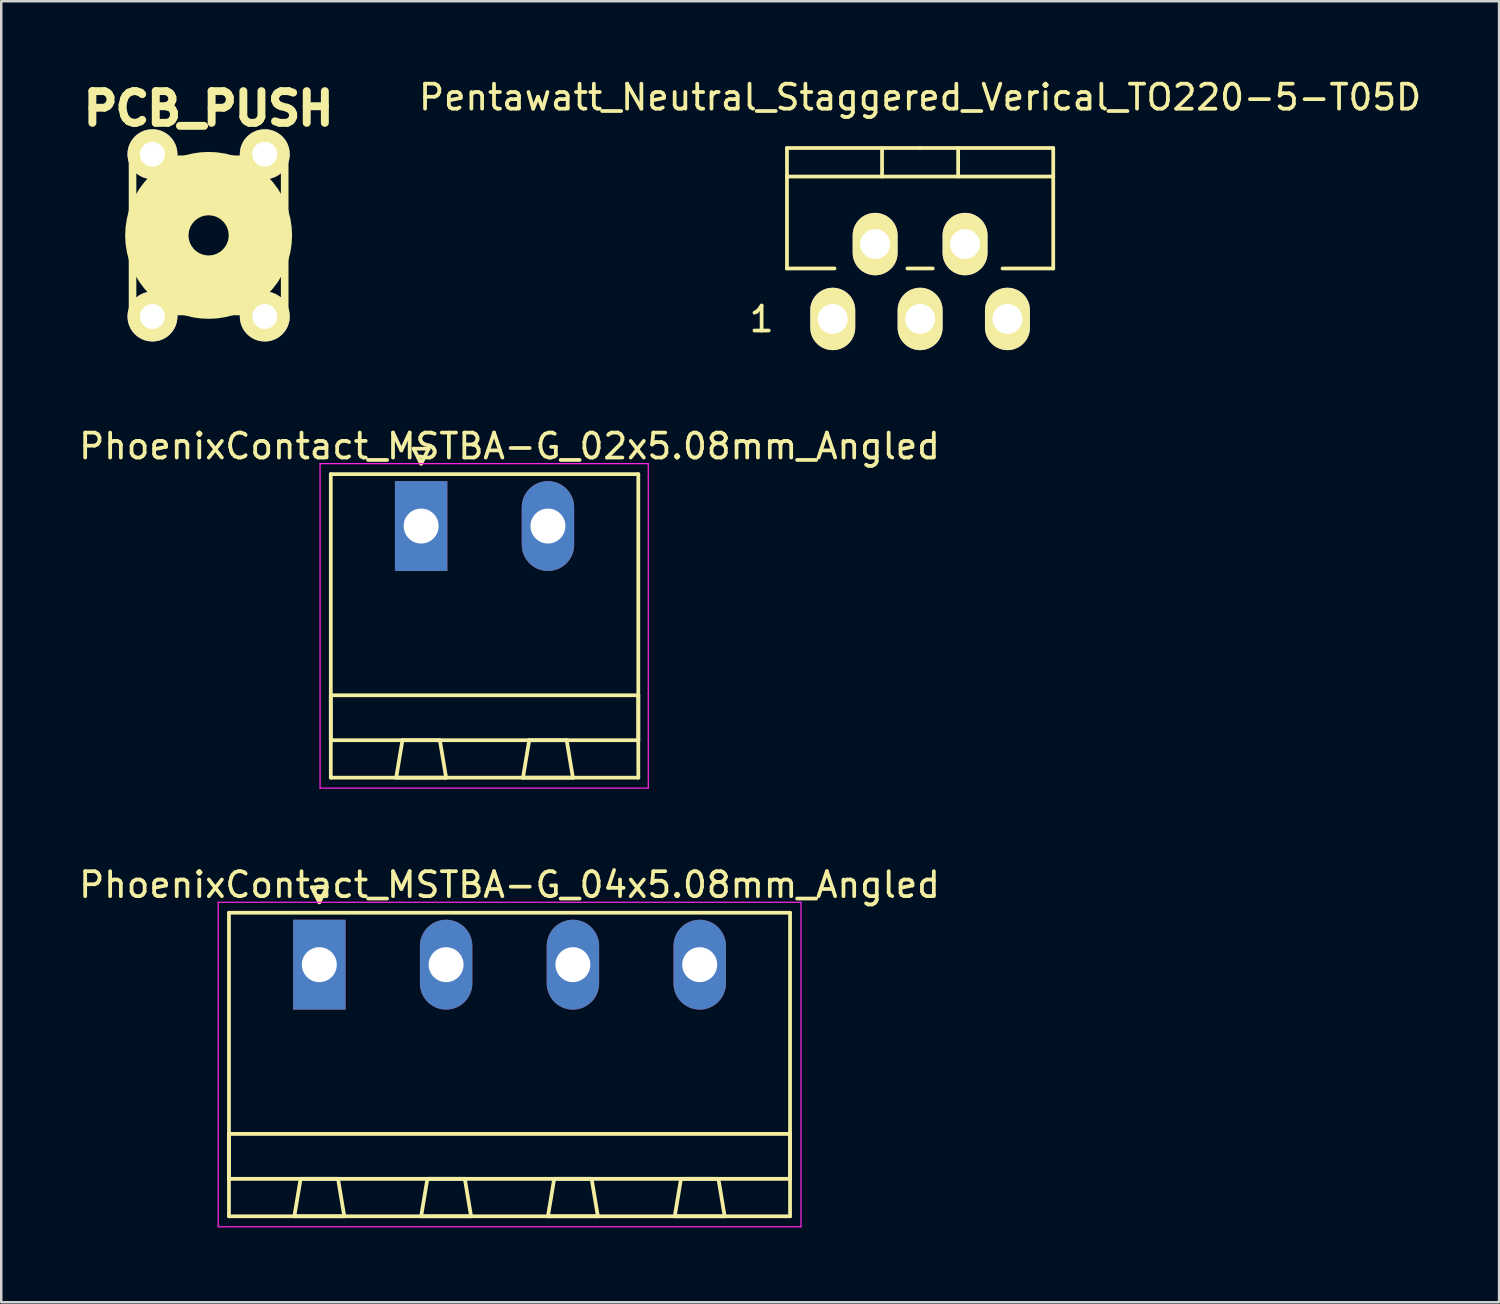
<source format=kicad_pcb>
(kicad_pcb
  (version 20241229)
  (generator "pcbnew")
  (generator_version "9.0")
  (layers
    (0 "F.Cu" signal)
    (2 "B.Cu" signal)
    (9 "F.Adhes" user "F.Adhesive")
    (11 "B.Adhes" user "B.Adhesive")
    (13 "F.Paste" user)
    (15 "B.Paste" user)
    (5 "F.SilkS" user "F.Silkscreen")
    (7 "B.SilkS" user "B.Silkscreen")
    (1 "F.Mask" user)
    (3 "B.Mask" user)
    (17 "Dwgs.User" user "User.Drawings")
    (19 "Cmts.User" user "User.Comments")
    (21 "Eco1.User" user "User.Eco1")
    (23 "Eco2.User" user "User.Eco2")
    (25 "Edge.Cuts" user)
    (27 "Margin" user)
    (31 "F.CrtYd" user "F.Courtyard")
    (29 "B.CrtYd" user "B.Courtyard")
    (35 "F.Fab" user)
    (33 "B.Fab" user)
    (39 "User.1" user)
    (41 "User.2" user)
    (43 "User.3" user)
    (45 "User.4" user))
  (footprint "PCB_PUSH"
    (layer "F.Cu")
    (at 5.308 6.38)
    (property "Reference" "PCB_PUSH" (at 0 -5.08 0) (layer "F.SilkS") (effects (font (size 1.27 1.27) (thickness 0.318))))
    (attr through_hole)
    (fp_line (start -3.048 -3.048) (end 3.048 -3.048) (stroke (width 0.305) (type solid)) (layer "F.SilkS"))
    (fp_line (start -3.048 3.048) (end -3.048 -3.048) (stroke (width 0.305) (type solid)) (layer "F.SilkS"))
    (fp_line (start 3.048 -3.048) (end 3.048 3.048) (stroke (width 0.305) (type solid)) (layer "F.SilkS"))
    (fp_line (start 3.048 3.048) (end -3.048 3.048) (stroke (width 0.305) (type solid)) (layer "F.SilkS"))
    (fp_circle (center 0 0) (end -0.762 0.254) (stroke (width 2.54) (type solid)) (fill no) (layer "F.SilkS"))
    (pad "1" thru_hole circle (at -2.25 -3.251) (size 1.999 1.999) (drill 1.001) (layers "*.Cu" "*.Mask" "F.SilkS"))
    (pad "2" thru_hole circle (at 2.25 3.251) (size 1.999 1.999) (drill 1.001) (layers "*.Cu" "*.Mask" "F.SilkS"))
    (pad "3" thru_hole circle (at -2.25 3.251) (size 1.999 1.999) (drill 1.001) (layers "*.Cu" "*.Mask" "F.SilkS"))
    (pad "4" thru_hole circle (at 2.25 -3.251) (size 1.999 1.999) (drill 1.001) (layers "*.Cu" "*.Mask" "F.SilkS")))
  (footprint "Pentawatt_Neutral_Staggered_Verical_TO220-5-T05D"
    (layer "F.Cu")
    (at 33.813 5.928)
    (property "Reference" "Pentawatt_Neutral_Staggered_Verical_TO220-5-T05D" (at 0 -5.08 0) (layer "F.SilkS") (effects (font (size 1 1) (thickness 0.15))))
    (attr through_hole)
    (fp_line (start -5.334 -1.905) (end -5.334 -3.048) (stroke (width 0.15) (type solid)) (layer "F.SilkS"))
    (fp_line (start -5.334 1.778) (end -5.334 -1.905) (stroke (width 0.15) (type solid)) (layer "F.SilkS"))
    (fp_line (start -5.334 1.778) (end -3.429 1.778) (stroke (width 0.15) (type solid)) (layer "F.SilkS"))
    (fp_line (start -1.524 -3.048) (end -1.524 -1.905) (stroke (width 0.15) (type solid)) (layer "F.SilkS"))
    (fp_line (start -0.508 1.778) (end 0.508 1.778) (stroke (width 0.15) (type solid)) (layer "F.SilkS"))
    (fp_line (start 0 -3.048) (end -5.334 -3.048) (stroke (width 0.15) (type solid)) (layer "F.SilkS"))
    (fp_line (start 0 -3.048) (end 5.334 -3.048) (stroke (width 0.15) (type solid)) (layer "F.SilkS"))
    (fp_line (start 1.524 -3.048) (end 1.524 -1.905) (stroke (width 0.15) (type solid)) (layer "F.SilkS"))
    (fp_line (start 3.302 1.778) (end 5.334 1.778) (stroke (width 0.15) (type solid)) (layer "F.SilkS"))
    (fp_line (start 5.334 -3.048) (end 5.334 -1.905) (stroke (width 0.15) (type solid)) (layer "F.SilkS"))
    (fp_line (start 5.334 -1.905) (end -5.334 -1.905) (stroke (width 0.15) (type solid)) (layer "F.SilkS"))
    (fp_line (start 5.334 -1.905) (end 5.334 1.778) (stroke (width 0.15) (type solid)) (layer "F.SilkS"))
    (fp_text user "1" (at -6.35 3.81 0) (layer "F.SilkS") (effects (font (size 1 1) (thickness 0.15))))
    (pad "1" thru_hole oval (at -3.5 3.8 90) (size 2.499 1.801) (drill 1.199) (layers "*.Cu" "*.Mask" "F.SilkS"))
    (pad "2" thru_hole oval (at -1.801 0.8 90) (size 2.499 1.801) (drill 1.199) (layers "*.Cu" "*.Mask" "F.SilkS"))
    (pad "3" thru_hole oval (at 0 3.8 90) (size 2.499 1.801) (drill 1.199) (layers "*.Cu" "*.Mask" "F.SilkS"))
    (pad "4" thru_hole oval (at 1.801 0.8 90) (size 2.499 1.801) (drill 1.199) (layers "*.Cu" "*.Mask" "F.SilkS"))
    (pad "5" thru_hole oval (at 3.5 3.8 90) (size 2.499 1.801) (drill 1.199) (layers "*.Cu" "*.Mask" "F.SilkS")))
  (footprint "PhoenixContact_MSTBA-G_02x5.08mm_Angled"
    (layer "F.Cu")
    (at 13.823 18.026)
    (property "Reference" "PhoenixContact_MSTBA-G_02x5.08mm_Angled" (at 3.54 -3.2 0) (layer "F.SilkS") (effects (font (size 1 1) (thickness 0.15))))
    (attr through_hole)
    (fp_line (start -3.62 -2.08) (end -3.62 10.08) (stroke (width 0.15) (type solid)) (layer "F.SilkS"))
    (fp_line (start -3.62 6.78) (end 8.7 6.78) (stroke (width 0.15) (type solid)) (layer "F.SilkS"))
    (fp_line (start -3.62 8.58) (end -3.62 6.78) (stroke (width 0.15) (type solid)) (layer "F.SilkS"))
    (fp_line (start -3.62 10.08) (end 8.7 10.08) (stroke (width 0.15) (type solid)) (layer "F.SilkS"))
    (fp_line (start -1 10.08) (end 1 10.08) (stroke (width 0.15) (type solid)) (layer "F.SilkS"))
    (fp_line (start -0.75 8.58) (end -1 10.08) (stroke (width 0.15) (type solid)) (layer "F.SilkS"))
    (fp_line (start -0.3 -3.1) (end 0 -2.5) (stroke (width 0.15) (type solid)) (layer "F.SilkS"))
    (fp_line (start 0 -2.5) (end 0.3 -3.1) (stroke (width 0.15) (type solid)) (layer "F.SilkS"))
    (fp_line (start 0.3 -3.1) (end -0.3 -3.1) (stroke (width 0.15) (type solid)) (layer "F.SilkS"))
    (fp_line (start 0.75 8.58) (end -0.75 8.58) (stroke (width 0.15) (type solid)) (layer "F.SilkS"))
    (fp_line (start 1 10.08) (end 0.75 8.58) (stroke (width 0.15) (type solid)) (layer "F.SilkS"))
    (fp_line (start 4.08 10.08) (end 6.08 10.08) (stroke (width 0.15) (type solid)) (layer "F.SilkS"))
    (fp_line (start 4.33 8.58) (end 4.08 10.08) (stroke (width 0.15) (type solid)) (layer "F.SilkS"))
    (fp_line (start 5.83 8.58) (end 4.33 8.58) (stroke (width 0.15) (type solid)) (layer "F.SilkS"))
    (fp_line (start 6.08 10.08) (end 5.83 8.58) (stroke (width 0.15) (type solid)) (layer "F.SilkS"))
    (fp_line (start 8.7 -2.08) (end -3.62 -2.08) (stroke (width 0.15) (type solid)) (layer "F.SilkS"))
    (fp_line (start 8.7 6.78) (end 8.7 8.58) (stroke (width 0.15) (type solid)) (layer "F.SilkS"))
    (fp_line (start 8.7 8.58) (end -3.62 8.58) (stroke (width 0.15) (type solid)) (layer "F.SilkS"))
    (fp_line (start 8.7 10.08) (end 8.7 -2.08) (stroke (width 0.15) (type solid)) (layer "F.SilkS"))
    (fp_line (start -4.05 -2.5) (end -4.05 10.5) (stroke (width 0.05) (type solid)) (layer "F.CrtYd"))
    (fp_line (start -4.05 10.5) (end 9.1 10.5) (stroke (width 0.05) (type solid)) (layer "F.CrtYd"))
    (fp_line (start 9.1 -2.5) (end -4.05 -2.5) (stroke (width 0.05) (type solid)) (layer "F.CrtYd"))
    (fp_line (start 9.1 10.5) (end 9.1 -2.5) (stroke (width 0.05) (type solid)) (layer "F.CrtYd"))
    (pad "1" thru_hole rect (at 0 0) (size 2.1 3.6) (drill 1.4) (layers "*.Cu" "*.Mask"))
    (pad "2" thru_hole oval (at 5.08 0) (size 2.1 3.6) (drill 1.4) (layers "*.Cu" "*.Mask")))
  (footprint "PhoenixContact_MSTBA-G_04x5.08mm_Angled"
    (layer "F.Cu")
    (at 9.743 35.599)
    (property "Reference" "PhoenixContact_MSTBA-G_04x5.08mm_Angled" (at 7.62 -3.2 0) (layer "F.SilkS") (effects (font (size 1 1) (thickness 0.15))))
    (attr through_hole)
    (fp_line (start -3.62 -2.08) (end -3.62 10.08) (stroke (width 0.15) (type solid)) (layer "F.SilkS"))
    (fp_line (start -3.62 6.78) (end 18.86 6.78) (stroke (width 0.15) (type solid)) (layer "F.SilkS"))
    (fp_line (start -3.62 8.58) (end -3.62 6.78) (stroke (width 0.15) (type solid)) (layer "F.SilkS"))
    (fp_line (start -3.62 10.08) (end 18.86 10.08) (stroke (width 0.15) (type solid)) (layer "F.SilkS"))
    (fp_line (start -1 10.08) (end 1 10.08) (stroke (width 0.15) (type solid)) (layer "F.SilkS"))
    (fp_line (start -0.75 8.58) (end -1 10.08) (stroke (width 0.15) (type solid)) (layer "F.SilkS"))
    (fp_line (start -0.3 -3.1) (end 0 -2.5) (stroke (width 0.15) (type solid)) (layer "F.SilkS"))
    (fp_line (start 0 -2.5) (end 0.3 -3.1) (stroke (width 0.15) (type solid)) (layer "F.SilkS"))
    (fp_line (start 0.3 -3.1) (end -0.3 -3.1) (stroke (width 0.15) (type solid)) (layer "F.SilkS"))
    (fp_line (start 0.75 8.58) (end -0.75 8.58) (stroke (width 0.15) (type solid)) (layer "F.SilkS"))
    (fp_line (start 1 10.08) (end 0.75 8.58) (stroke (width 0.15) (type solid)) (layer "F.SilkS"))
    (fp_line (start 4.08 10.08) (end 6.08 10.08) (stroke (width 0.15) (type solid)) (layer "F.SilkS"))
    (fp_line (start 4.33 8.58) (end 4.08 10.08) (stroke (width 0.15) (type solid)) (layer "F.SilkS"))
    (fp_line (start 5.83 8.58) (end 4.33 8.58) (stroke (width 0.15) (type solid)) (layer "F.SilkS"))
    (fp_line (start 6.08 10.08) (end 5.83 8.58) (stroke (width 0.15) (type solid)) (layer "F.SilkS"))
    (fp_line (start 9.16 10.08) (end 11.16 10.08) (stroke (width 0.15) (type solid)) (layer "F.SilkS"))
    (fp_line (start 9.41 8.58) (end 9.16 10.08) (stroke (width 0.15) (type solid)) (layer "F.SilkS"))
    (fp_line (start 10.91 8.58) (end 9.41 8.58) (stroke (width 0.15) (type solid)) (layer "F.SilkS"))
    (fp_line (start 11.16 10.08) (end 10.91 8.58) (stroke (width 0.15) (type solid)) (layer "F.SilkS"))
    (fp_line (start 14.24 10.08) (end 16.24 10.08) (stroke (width 0.15) (type solid)) (layer "F.SilkS"))
    (fp_line (start 14.49 8.58) (end 14.24 10.08) (stroke (width 0.15) (type solid)) (layer "F.SilkS"))
    (fp_line (start 15.99 8.58) (end 14.49 8.58) (stroke (width 0.15) (type solid)) (layer "F.SilkS"))
    (fp_line (start 16.24 10.08) (end 15.99 8.58) (stroke (width 0.15) (type solid)) (layer "F.SilkS"))
    (fp_line (start 18.86 -2.08) (end -3.62 -2.08) (stroke (width 0.15) (type solid)) (layer "F.SilkS"))
    (fp_line (start 18.86 6.78) (end 18.86 8.58) (stroke (width 0.15) (type solid)) (layer "F.SilkS"))
    (fp_line (start 18.86 8.58) (end -3.62 8.58) (stroke (width 0.15) (type solid)) (layer "F.SilkS"))
    (fp_line (start 18.86 10.08) (end 18.86 -2.08) (stroke (width 0.15) (type solid)) (layer "F.SilkS"))
    (fp_line (start -4.05 -2.5) (end -4.05 10.5) (stroke (width 0.05) (type solid)) (layer "F.CrtYd"))
    (fp_line (start -4.05 10.5) (end 19.3 10.5) (stroke (width 0.05) (type solid)) (layer "F.CrtYd"))
    (fp_line (start 19.3 -2.5) (end -4.05 -2.5) (stroke (width 0.05) (type solid)) (layer "F.CrtYd"))
    (fp_line (start 19.3 10.5) (end 19.3 -2.5) (stroke (width 0.05) (type solid)) (layer "F.CrtYd"))
    (pad "1" thru_hole rect (at 0 0) (size 2.1 3.6) (drill 1.4) (layers "*.Cu" "*.Mask"))
    (pad "2" thru_hole oval (at 5.08 0) (size 2.1 3.6) (drill 1.4) (layers "*.Cu" "*.Mask"))
    (pad "3" thru_hole oval (at 10.16 0) (size 2.1 3.6) (drill 1.4) (layers "*.Cu" "*.Mask"))
    (pad "4" thru_hole oval (at 15.24 0) (size 2.1 3.6) (drill 1.4) (layers "*.Cu" "*.Mask")))
  (gr_rect
    (start -3 -3)
    (end 57.009 49.124)
    (stroke (width 0.1) (type default))
    (fill no)
    (layer "Edge.Cuts")))
</source>
